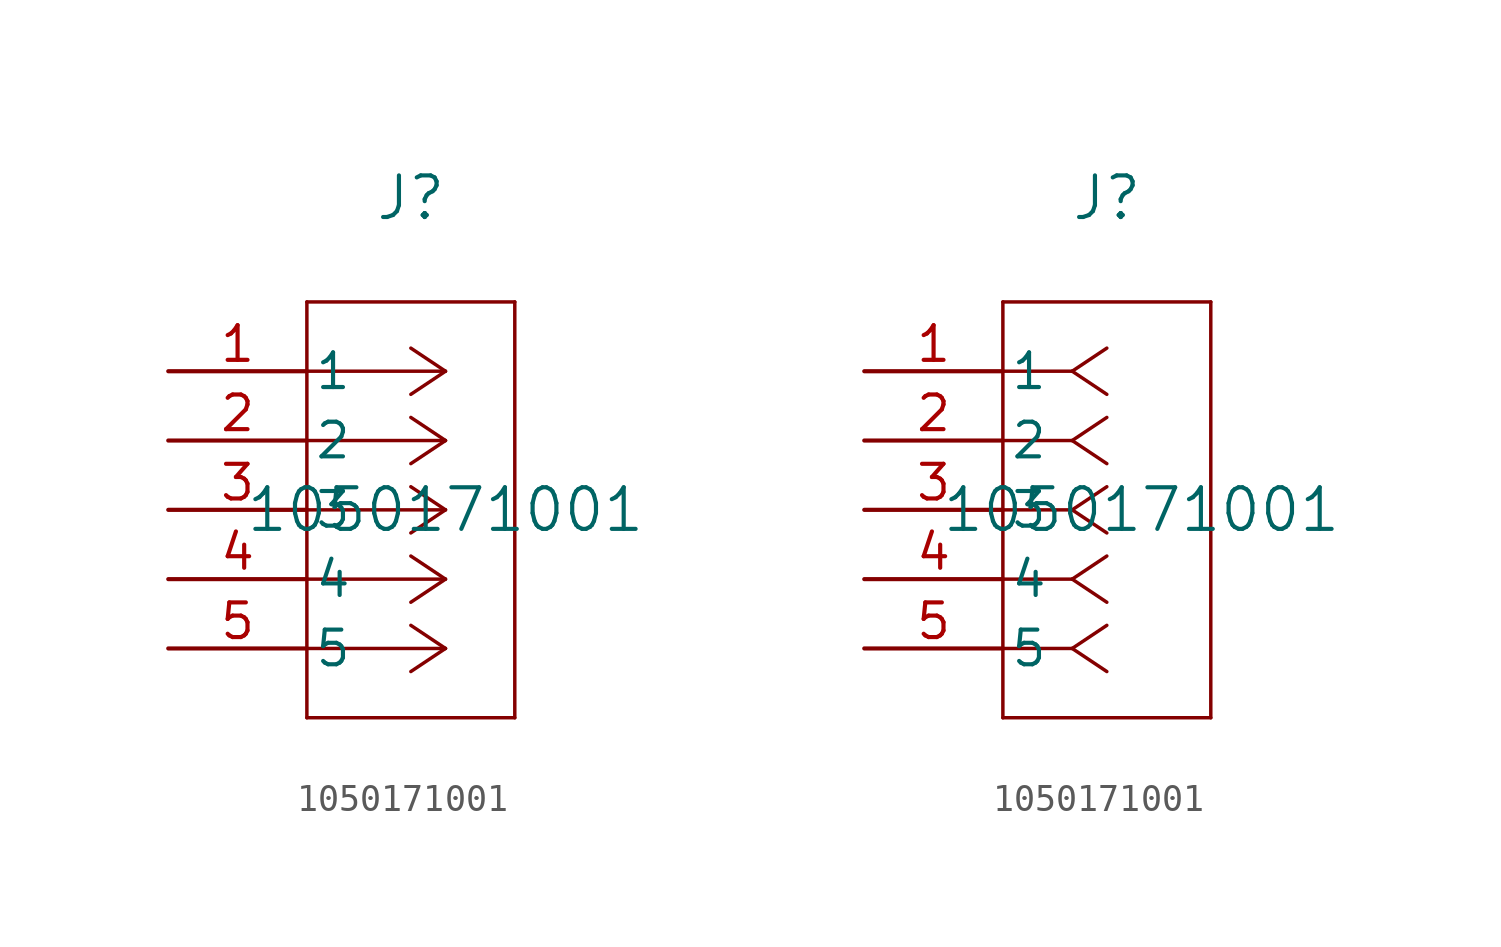
<source format=kicad_sym>
(kicad_symbol_lib
  (version 20211014)
  (generator kicad_symbol_editor)
  (symbol "1050171001"
    (pin_names
      (offset 0.254))
    (property "Reference" "J"
      (at -1.27 11.43 0)
      (effects (font (size 1.524 1.524))))
    (property "Value" "1050171001"
      (at 0 0 0)
      (effects (font (size 1.524 1.524))))
    (symbol "1050171001_1_1"
      (polyline (pts (xy 0 5.08) (xy -5.08 5.08)) (stroke (width 0.127) (type default) (color 0 0 0 0)) (fill (type none)))
      (polyline (pts (xy 0 2.54) (xy -5.08 2.54)) (stroke (width 0.127) (type default) (color 0 0 0 0)) (fill (type none)))
      (polyline (pts (xy 0 0) (xy -5.08 0)) (stroke (width 0.127) (type default) (color 0 0 0 0)) (fill (type none)))
      (polyline (pts (xy 0 -2.54) (xy -5.08 -2.54)) (stroke (width 0.127) (type default) (color 0 0 0 0)) (fill (type none)))
      (polyline (pts (xy 0 -5.08) (xy -5.08 -5.08)) (stroke (width 0.127) (type default) (color 0 0 0 0)) (fill (type none)))
      (polyline (pts (xy 0 5.08) (xy -1.27 5.927)) (stroke (width 0.127) (type default) (color 0 0 0 0)) (fill (type none)))
      (polyline (pts (xy 0 2.54) (xy -1.27 3.387)) (stroke (width 0.127) (type default) (color 0 0 0 0)) (fill (type none)))
      (polyline (pts (xy 0 0) (xy -1.27 0.847)) (stroke (width 0.127) (type default) (color 0 0 0 0)) (fill (type none)))
      (polyline (pts (xy 0 -2.54) (xy -1.27 -1.693)) (stroke (width 0.127) (type default) (color 0 0 0 0)) (fill (type none)))
      (polyline (pts (xy 0 -5.08) (xy -1.27 -4.233)) (stroke (width 0.127) (type default) (color 0 0 0 0)) (fill (type none)))
      (polyline (pts (xy 0 5.08) (xy -1.27 4.233)) (stroke (width 0.127) (type default) (color 0 0 0 0)) (fill (type none)))
      (polyline (pts (xy 0 2.54) (xy -1.27 1.693)) (stroke (width 0.127) (type default) (color 0 0 0 0)) (fill (type none)))
      (polyline (pts (xy 0 0) (xy -1.27 -0.847)) (stroke (width 0.127) (type default) (color 0 0 0 0)) (fill (type none)))
      (polyline (pts (xy 0 -2.54) (xy -1.27 -3.387)) (stroke (width 0.127) (type default) (color 0 0 0 0)) (fill (type none)))
      (polyline (pts (xy 0 -5.08) (xy -1.27 -5.927)) (stroke (width 0.127) (type default) (color 0 0 0 0)) (fill (type none)))
      (polyline (pts (xy -5.08 7.62) (xy -5.08 -7.62)) (stroke (width 0.127) (type default) (color 0 0 0 0)) (fill (type none)))
      (polyline (pts (xy -5.08 -7.62) (xy 2.54 -7.62)) (stroke (width 0.127) (type default) (color 0 0 0 0)) (fill (type none)))
      (polyline (pts (xy 2.54 -7.62) (xy 2.54 7.62)) (stroke (width 0.127) (type default) (color 0 0 0 0)) (fill (type none)))
      (polyline (pts (xy 2.54 7.62) (xy -5.08 7.62)) (stroke (width 0.127) (type default) (color 0 0 0 0)) (fill (type none)))
      (pin unspecified line (at -10.16 5.08 0) (length 5.08) (name "1" (effects (font (size 1.27 1.27)))) (number "1" (effects (font (size 1.27 1.27)))))
      (pin unspecified line (at -10.16 2.54 0) (length 5.08) (name "2" (effects (font (size 1.27 1.27)))) (number "2" (effects (font (size 1.27 1.27)))))
      (pin unspecified line (at -10.16 0 0) (length 5.08) (name "3" (effects (font (size 1.27 1.27)))) (number "3" (effects (font (size 1.27 1.27)))))
      (pin unspecified line (at -10.16 -2.54 0) (length 5.08) (name "4" (effects (font (size 1.27 1.27)))) (number "4" (effects (font (size 1.27 1.27)))))
      (pin unspecified line (at -10.16 -5.08 0) (length 5.08) (name "5" (effects (font (size 1.27 1.27)))) (number "5" (effects (font (size 1.27 1.27))))))
    (symbol "1050171001_1_2"
      (polyline (pts (xy -2.54 5.08) (xy -5.08 5.08)) (stroke (width 0.127) (type default) (color 0 0 0 0)) (fill (type none)))
      (polyline (pts (xy -2.54 2.54) (xy -5.08 2.54)) (stroke (width 0.127) (type default) (color 0 0 0 0)) (fill (type none)))
      (polyline (pts (xy -2.54 0) (xy -5.08 0)) (stroke (width 0.127) (type default) (color 0 0 0 0)) (fill (type none)))
      (polyline (pts (xy -2.54 -2.54) (xy -5.08 -2.54)) (stroke (width 0.127) (type default) (color 0 0 0 0)) (fill (type none)))
      (polyline (pts (xy -2.54 -5.08) (xy -5.08 -5.08)) (stroke (width 0.127) (type default) (color 0 0 0 0)) (fill (type none)))
      (polyline (pts (xy -2.54 5.08) (xy -1.27 5.927)) (stroke (width 0.127) (type default) (color 0 0 0 0)) (fill (type none)))
      (polyline (pts (xy -2.54 2.54) (xy -1.27 3.387)) (stroke (width 0.127) (type default) (color 0 0 0 0)) (fill (type none)))
      (polyline (pts (xy -2.54 0) (xy -1.27 0.847)) (stroke (width 0.127) (type default) (color 0 0 0 0)) (fill (type none)))
      (polyline (pts (xy -2.54 -2.54) (xy -1.27 -1.693)) (stroke (width 0.127) (type default) (color 0 0 0 0)) (fill (type none)))
      (polyline (pts (xy -2.54 -5.08) (xy -1.27 -4.233)) (stroke (width 0.127) (type default) (color 0 0 0 0)) (fill (type none)))
      (polyline (pts (xy -2.54 5.08) (xy -1.27 4.233)) (stroke (width 0.127) (type default) (color 0 0 0 0)) (fill (type none)))
      (polyline (pts (xy -2.54 2.54) (xy -1.27 1.693)) (stroke (width 0.127) (type default) (color 0 0 0 0)) (fill (type none)))
      (polyline (pts (xy -2.54 0) (xy -1.27 -0.847)) (stroke (width 0.127) (type default) (color 0 0 0 0)) (fill (type none)))
      (polyline (pts (xy -2.54 -2.54) (xy -1.27 -3.387)) (stroke (width 0.127) (type default) (color 0 0 0 0)) (fill (type none)))
      (polyline (pts (xy -2.54 -5.08) (xy -1.27 -5.927)) (stroke (width 0.127) (type default) (color 0 0 0 0)) (fill (type none)))
      (polyline (pts (xy -5.08 7.62) (xy -5.08 -7.62)) (stroke (width 0.127) (type default) (color 0 0 0 0)) (fill (type none)))
      (polyline (pts (xy -5.08 -7.62) (xy 2.54 -7.62)) (stroke (width 0.127) (type default) (color 0 0 0 0)) (fill (type none)))
      (polyline (pts (xy 2.54 -7.62) (xy 2.54 7.62)) (stroke (width 0.127) (type default) (color 0 0 0 0)) (fill (type none)))
      (polyline (pts (xy 2.54 7.62) (xy -5.08 7.62)) (stroke (width 0.127) (type default) (color 0 0 0 0)) (fill (type none)))
      (pin unspecified line (at -10.16 5.08 0) (length 5.08) (name "1" (effects (font (size 1.27 1.27)))) (number "1" (effects (font (size 1.27 1.27)))))
      (pin unspecified line (at -10.16 2.54 0) (length 5.08) (name "2" (effects (font (size 1.27 1.27)))) (number "2" (effects (font (size 1.27 1.27)))))
      (pin unspecified line (at -10.16 0 0) (length 5.08) (name "3" (effects (font (size 1.27 1.27)))) (number "3" (effects (font (size 1.27 1.27)))))
      (pin unspecified line (at -10.16 -2.54 0) (length 5.08) (name "4" (effects (font (size 1.27 1.27)))) (number "4" (effects (font (size 1.27 1.27)))))
      (pin unspecified line (at -10.16 -5.08 0) (length 5.08) (name "5" (effects (font (size 1.27 1.27)))) (number "5" (effects (font (size 1.27 1.27))))))))
</source>
